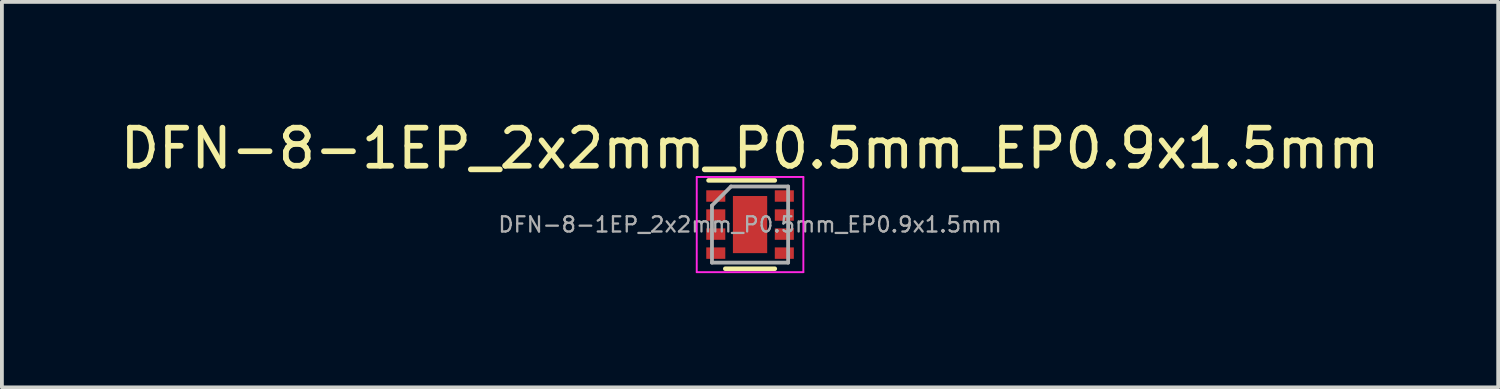
<source format=kicad_pcb>
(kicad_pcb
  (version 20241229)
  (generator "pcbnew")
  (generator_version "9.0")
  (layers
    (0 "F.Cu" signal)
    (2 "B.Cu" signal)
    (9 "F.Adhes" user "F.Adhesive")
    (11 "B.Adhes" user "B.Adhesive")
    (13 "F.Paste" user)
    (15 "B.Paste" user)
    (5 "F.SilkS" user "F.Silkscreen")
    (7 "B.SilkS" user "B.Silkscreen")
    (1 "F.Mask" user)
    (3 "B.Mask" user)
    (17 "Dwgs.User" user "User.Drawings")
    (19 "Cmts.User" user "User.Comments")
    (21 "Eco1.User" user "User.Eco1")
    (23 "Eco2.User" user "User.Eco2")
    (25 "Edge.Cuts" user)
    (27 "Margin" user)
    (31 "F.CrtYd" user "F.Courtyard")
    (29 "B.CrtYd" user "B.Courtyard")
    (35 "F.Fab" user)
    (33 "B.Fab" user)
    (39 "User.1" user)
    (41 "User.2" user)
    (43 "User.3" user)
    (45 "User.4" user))
  (footprint "DFN-8-1EP_2x2mm_P0.5mm_EP0.9x1.5mm"
    (layer "F.Cu")
    (at 16.649 2.848)
    (property "Reference" "DFN-8-1EP_2x2mm_P0.5mm_EP0.9x1.5mm" (at 0 -2 0) (layer "F.SilkS") (effects (font (size 1 1) (thickness 0.15))))
    (attr smd)
    (fp_line (start -1.09 -1.16) (end 0.65 -1.16) (stroke (width 0.12) (type solid)) (layer "F.SilkS"))
    (fp_line (start -0.65 1.16) (end 0.65 1.16) (stroke (width 0.12) (type solid)) (layer "F.SilkS"))
    (fp_line (start -1.4 -1.25) (end -1.4 1.25) (stroke (width 0.05) (type solid)) (layer "F.CrtYd"))
    (fp_line (start -1.4 -1.25) (end 1.4 -1.25) (stroke (width 0.05) (type solid)) (layer "F.CrtYd"))
    (fp_line (start -1.4 1.25) (end 1.4 1.25) (stroke (width 0.05) (type solid)) (layer "F.CrtYd"))
    (fp_line (start 1.4 -1.25) (end 1.4 1.25) (stroke (width 0.05) (type solid)) (layer "F.CrtYd"))
    (fp_line (start -1 -0.5) (end -0.5 -1) (stroke (width 0.1) (type solid)) (layer "F.Fab"))
    (fp_line (start -1 1) (end -1 -0.5) (stroke (width 0.1) (type solid)) (layer "F.Fab"))
    (fp_line (start -0.5 -1) (end 1 -1) (stroke (width 0.1) (type solid)) (layer "F.Fab"))
    (fp_line (start 1 -1) (end 1 1) (stroke (width 0.1) (type solid)) (layer "F.Fab"))
    (fp_line (start 1 1) (end -1 1) (stroke (width 0.1) (type solid)) (layer "F.Fab"))
    (fp_text user "${REFERENCE}" (at 0 0 0) (layer "F.Fab") (effects (font (size 0.4 0.4) (thickness 0.06))))
    (pad "" smd rect (at 0 -0.438) (size 0.85 0.65) (layers "F.Paste"))
    (pad "" smd rect (at 0 0.438) (size 0.85 0.65) (layers "F.Paste"))
    (pad "1" smd rect (at -0.9 -0.75) (size 0.5 0.3) (layers "F.Cu" "F.Mask" "F.Paste"))
    (pad "2" smd rect (at -0.9 -0.25) (size 0.5 0.3) (layers "F.Cu" "F.Mask" "F.Paste"))
    (pad "3" smd rect (at -0.9 0.25) (size 0.5 0.3) (layers "F.Cu" "F.Mask" "F.Paste"))
    (pad "4" smd rect (at -0.9 0.75) (size 0.5 0.3) (layers "F.Cu" "F.Mask" "F.Paste"))
    (pad "5" smd rect (at 0.9 0.75) (size 0.5 0.3) (layers "F.Cu" "F.Mask" "F.Paste"))
    (pad "6" smd rect (at 0.9 0.25) (size 0.5 0.3) (layers "F.Cu" "F.Mask" "F.Paste"))
    (pad "7" smd rect (at 0.9 -0.25) (size 0.5 0.3) (layers "F.Cu" "F.Mask" "F.Paste"))
    (pad "8" smd rect (at 0.9 -0.75) (size 0.5 0.3) (layers "F.Cu" "F.Mask" "F.Paste"))
    (pad "9" smd rect (at 0 0) (size 0.9 1.5) (layers "F.Cu" "F.Mask")))
  (gr_rect
    (start -3 -3)
    (end 36.298 7.123)
    (stroke (width 0.1) (type default))
    (fill no)
    (layer "Edge.Cuts")))
</source>
